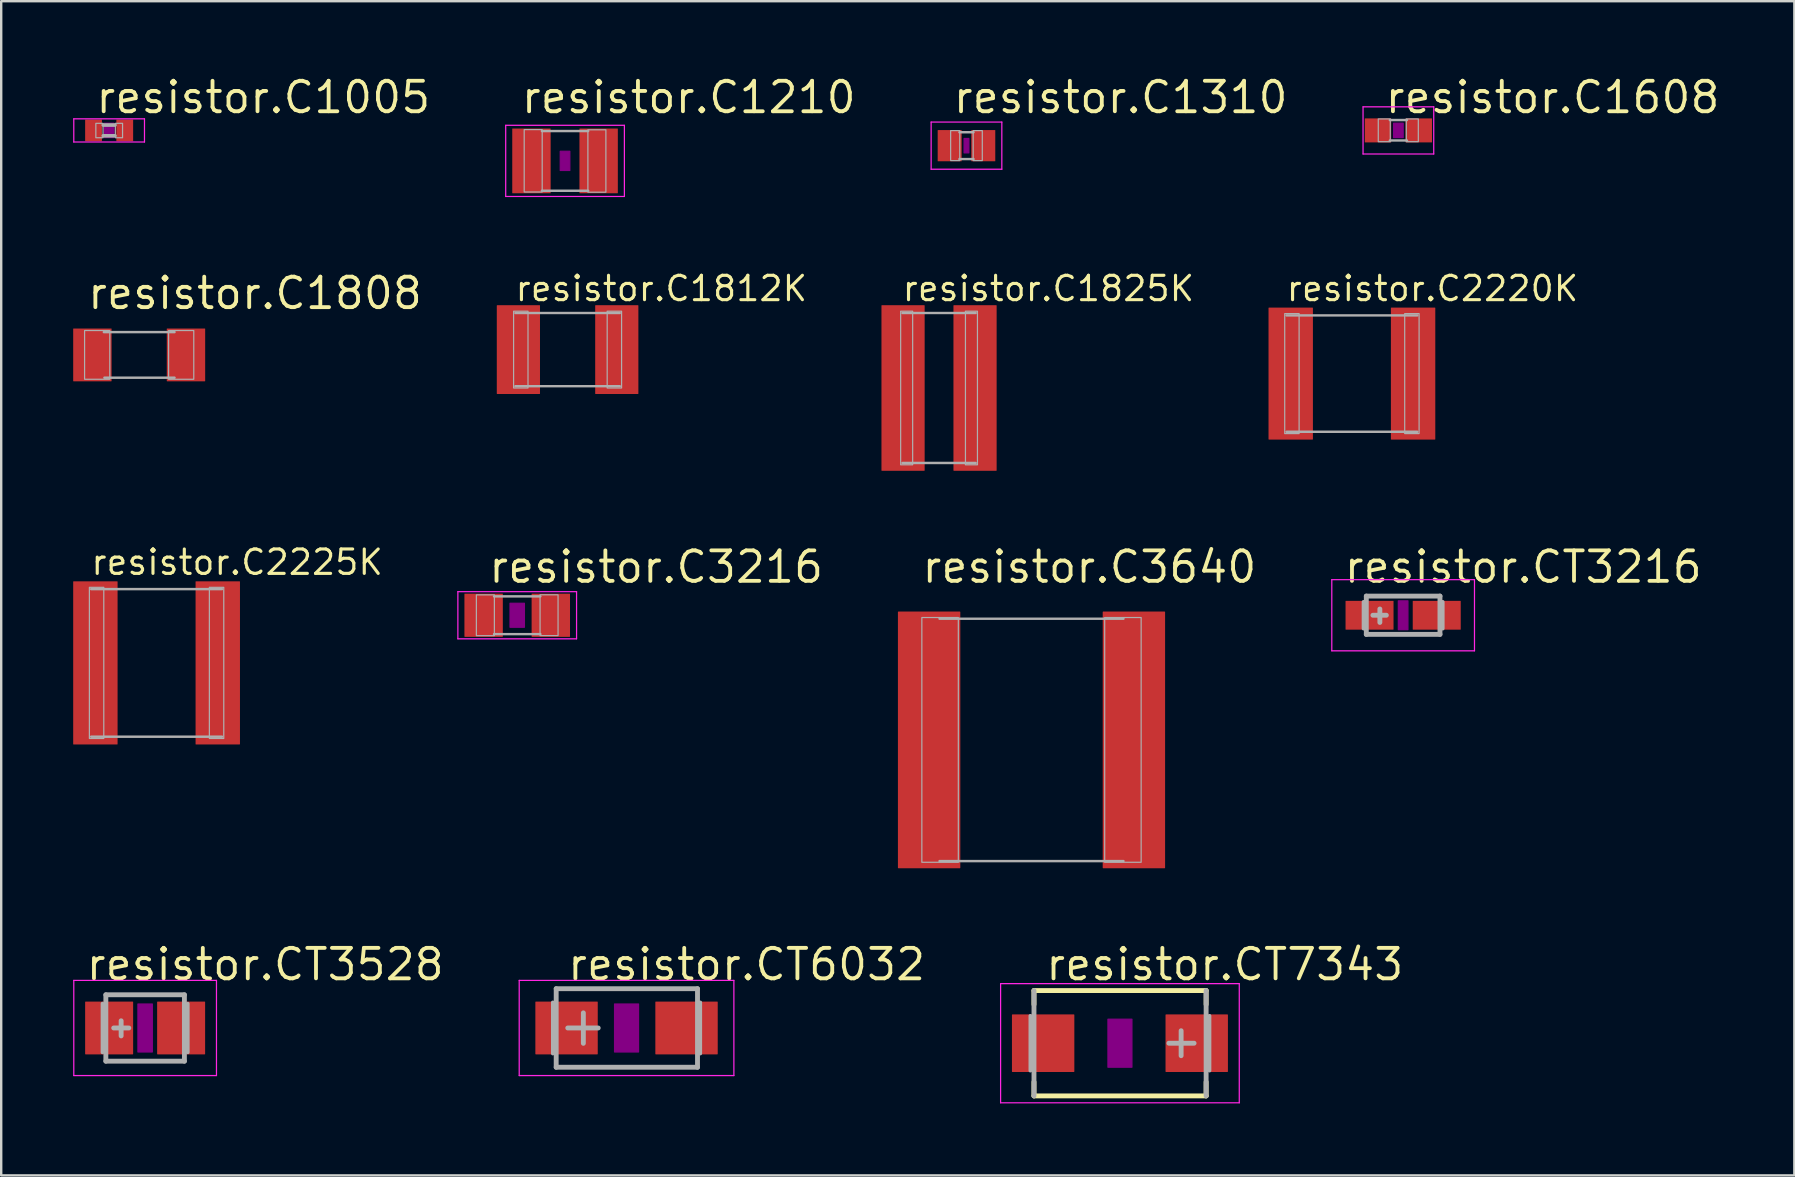
<source format=kicad_pcb>
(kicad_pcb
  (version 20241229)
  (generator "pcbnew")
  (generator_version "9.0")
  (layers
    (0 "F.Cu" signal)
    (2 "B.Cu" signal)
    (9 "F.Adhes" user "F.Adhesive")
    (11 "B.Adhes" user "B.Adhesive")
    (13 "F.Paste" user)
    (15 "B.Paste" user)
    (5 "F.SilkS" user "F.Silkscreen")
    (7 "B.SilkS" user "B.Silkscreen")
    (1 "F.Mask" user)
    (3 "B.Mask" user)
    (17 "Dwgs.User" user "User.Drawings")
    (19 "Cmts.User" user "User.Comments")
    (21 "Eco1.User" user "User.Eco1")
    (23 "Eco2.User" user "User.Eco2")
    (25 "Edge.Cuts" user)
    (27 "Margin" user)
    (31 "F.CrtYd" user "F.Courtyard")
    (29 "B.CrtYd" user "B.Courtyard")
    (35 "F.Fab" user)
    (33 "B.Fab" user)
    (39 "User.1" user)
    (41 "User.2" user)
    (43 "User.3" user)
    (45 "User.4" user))
  (footprint "resistor.CT3216"
    (layer "F.Cu")
    (at 55.423 22.589)
    (property "Reference" "resistor.CT3216" (at -2.54 -1.27 0) (layer "F.SilkS") (effects (font (size 1.27 1.27) (thickness 0.16)) (justify left bottom)))
    (attr smd)
    (fp_rect (start -0.2 0.6) (end 0.2 -0.6) (stroke (width 0.05) (type default)) (fill yes) (layer "F.Adhes"))
    (fp_line (start -2.973 -1.483) (end 2.973 -1.483) (stroke (width 0.051) (type default)) (layer "F.CrtYd"))
    (fp_line (start -2.973 1.483) (end -2.973 -1.483) (stroke (width 0.051) (type default)) (layer "F.CrtYd"))
    (fp_line (start 2.973 -1.483) (end 2.973 1.483) (stroke (width 0.051) (type default)) (layer "F.CrtYd"))
    (fp_line (start 2.973 1.483) (end -2.973 1.483) (stroke (width 0.051) (type default)) (layer "F.CrtYd"))
    (fp_line (start -1.651 -0.559) (end -1.651 0.559) (stroke (width 0.152) (type default)) (layer "F.Fab"))
    (fp_line (start -1.535 -0.798) (end -1.535 0.798) (stroke (width 0.203) (type default)) (layer "F.Fab"))
    (fp_line (start -1.535 0.798) (end 1.535 0.798) (stroke (width 0.203) (type default)) (layer "F.Fab"))
    (fp_line (start -0.97 -0.26) (end -0.97 0.3) (stroke (width 0.203) (type default)) (layer "F.Fab"))
    (fp_line (start -0.7 0) (end -1.26 0) (stroke (width 0.203) (type default)) (layer "F.Fab"))
    (fp_line (start 1.535 -0.798) (end -1.535 -0.798) (stroke (width 0.203) (type default)) (layer "F.Fab"))
    (fp_line (start 1.535 0.798) (end 1.535 -0.798) (stroke (width 0.203) (type default)) (layer "F.Fab"))
    (fp_line (start 1.651 -0.559) (end 1.651 0.559) (stroke (width 0.152) (type default)) (layer "F.Fab"))
    (pad "+" smd roundrect (at -1.4 0) (size 2 1.2) (layers "F.Cu" "F.Mask" "F.Paste") (roundrect_rratio 0.01))
    (pad "-" smd roundrect (at 1.4 0) (size 2 1.2) (layers "F.Cu" "F.Mask" "F.Paste") (roundrect_rratio 0.01)))
  (footprint "resistor.C2225K"
    (layer "F.Cu")
    (at 3.475 24.575)
    (property "Reference" "resistor.C2225K" (at -2.8 -3.6 0) (layer "F.SilkS") (effects (font (size 1.016 1.016) (thickness 0.13)) (justify left bottom)))
    (attr smd)
    (fp_line (start -2.725 -3.075) (end 2.725 -3.075) (stroke (width 0.102) (type default)) (layer "F.Fab"))
    (fp_line (start 2.725 3.075) (end -2.725 3.075) (stroke (width 0.102) (type default)) (layer "F.Fab"))
    (fp_rect (start -2.8 3.15) (end -2.2 -3.15) (stroke (width 0.05) (type default)) (fill no) (layer "F.Fab"))
    (fp_rect (start 2.2 3.15) (end 2.8 -3.15) (stroke (width 0.05) (type default)) (fill no) (layer "F.Fab"))
    (pad "1" smd roundrect (at -2.55 0) (size 1.85 6.8) (layers "F.Cu" "F.Mask" "F.Paste") (roundrect_rratio 0.01))
    (pad "2" smd roundrect (at 2.55 0) (size 1.85 6.8) (layers "F.Cu" "F.Mask" "F.Paste") (roundrect_rratio 0.01)))
  (footprint "resistor.C1608"
    (layer "F.Cu")
    (at 55.225 2.385)
    (property "Reference" "resistor.C1608" (at -0.635 -0.635 0) (layer "F.SilkS") (effects (font (size 1.27 1.27) (thickness 0.16)) (justify left bottom)))
    (attr smd)
    (fp_rect (start -0.2 0.3) (end 0.2 -0.3) (stroke (width 0.05) (type default)) (fill yes) (layer "F.Adhes"))
    (fp_line (start -1.473 -0.983) (end 1.473 -0.983) (stroke (width 0.051) (type default)) (layer "F.CrtYd"))
    (fp_line (start -1.473 0.983) (end -1.473 -0.983) (stroke (width 0.051) (type default)) (layer "F.CrtYd"))
    (fp_line (start 1.473 -0.983) (end 1.473 0.983) (stroke (width 0.051) (type default)) (layer "F.CrtYd"))
    (fp_line (start 1.473 0.983) (end -1.473 0.983) (stroke (width 0.051) (type default)) (layer "F.CrtYd"))
    (fp_line (start -0.356 -0.432) (end 0.356 -0.432) (stroke (width 0.102) (type default)) (layer "F.Fab"))
    (fp_line (start -0.356 0.419) (end 0.356 0.419) (stroke (width 0.102) (type default)) (layer "F.Fab"))
    (fp_rect (start -0.838 0.47) (end -0.338 -0.48) (stroke (width 0.05) (type default)) (fill no) (layer "F.Fab"))
    (fp_rect (start 0.33 0.47) (end 0.83 -0.48) (stroke (width 0.05) (type default)) (fill no) (layer "F.Fab"))
    (pad "1" smd roundrect (at -0.85 0) (size 1.1 1) (layers "F.Cu" "F.Mask" "F.Paste") (roundrect_rratio 0.01))
    (pad "2" smd roundrect (at 0.85 0) (size 1.1 1) (layers "F.Cu" "F.Mask" "F.Paste") (roundrect_rratio 0.01)))
  (footprint "resistor.C1812K"
    (layer "F.Cu")
    (at 20.603 11.519)
    (property "Reference" "resistor.C1812K" (at -2.25 -1.95 0) (layer "F.SilkS") (effects (font (size 1.016 1.016) (thickness 0.13)) (justify left bottom)))
    (attr smd)
    (fp_line (start -2.175 -1.525) (end 2.175 -1.525) (stroke (width 0.102) (type default)) (layer "F.Fab"))
    (fp_line (start 2.175 1.525) (end -2.175 1.525) (stroke (width 0.102) (type default)) (layer "F.Fab"))
    (fp_rect (start -2.25 1.6) (end -1.65 -1.6) (stroke (width 0.05) (type default)) (fill no) (layer "F.Fab"))
    (fp_rect (start 1.65 1.6) (end 2.25 -1.6) (stroke (width 0.05) (type default)) (fill no) (layer "F.Fab"))
    (pad "1" smd roundrect (at -2.05 0) (size 1.8 3.7) (layers "F.Cu" "F.Mask" "F.Paste") (roundrect_rratio 0.01))
    (pad "2" smd roundrect (at 2.05 0) (size 1.8 3.7) (layers "F.Cu" "F.Mask" "F.Paste") (roundrect_rratio 0.01)))
  (footprint "resistor.C1808"
    (layer "F.Cu")
    (at 2.75 11.74)
    (property "Reference" "resistor.C1808" (at -2.233 -1.827 0) (layer "F.SilkS") (effects (font (size 1.27 1.27) (thickness 0.16)) (justify left bottom)))
    (attr smd)
    (fp_line (start -1.473 -0.95) (end 1.473 -0.95) (stroke (width 0.102) (type default)) (layer "F.Fab"))
    (fp_line (start -1.448 0.95) (end 1.473 0.95) (stroke (width 0.102) (type default)) (layer "F.Fab"))
    (fp_rect (start -2.275 1.015) (end -1.225 -1.015) (stroke (width 0.05) (type default)) (fill no) (layer "F.Fab"))
    (fp_rect (start 1.225 1.015) (end 2.275 -1.015) (stroke (width 0.05) (type default)) (fill no) (layer "F.Fab"))
    (pad "1" smd roundrect (at -1.95 0) (size 1.6 2.2) (layers "F.Cu" "F.Mask" "F.Paste") (roundrect_rratio 0.01))
    (pad "2" smd roundrect (at 1.95 0) (size 1.6 2.2) (layers "F.Cu" "F.Mask" "F.Paste") (roundrect_rratio 0.01)))
  (footprint "resistor.C2220K"
    (layer "F.Cu")
    (at 53.288 12.519)
    (property "Reference" "resistor.C2220K" (at -2.8 -2.95 0) (layer "F.SilkS") (effects (font (size 1.016 1.016) (thickness 0.13)) (justify left bottom)))
    (attr smd)
    (fp_line (start -2.725 -2.425) (end 2.725 -2.425) (stroke (width 0.102) (type default)) (layer "F.Fab"))
    (fp_line (start 2.725 2.425) (end -2.725 2.425) (stroke (width 0.102) (type default)) (layer "F.Fab"))
    (fp_rect (start -2.8 2.5) (end -2.2 -2.5) (stroke (width 0.05) (type default)) (fill no) (layer "F.Fab"))
    (fp_rect (start 2.2 2.5) (end 2.8 -2.5) (stroke (width 0.05) (type default)) (fill no) (layer "F.Fab"))
    (pad "1" smd roundrect (at -2.55 0) (size 1.85 5.5) (layers "F.Cu" "F.Mask" "F.Paste") (roundrect_rratio 0.01))
    (pad "2" smd roundrect (at 2.55 0) (size 1.85 5.5) (layers "F.Cu" "F.Mask" "F.Paste") (roundrect_rratio 0.01)))
  (footprint "resistor.C3216"
    (layer "F.Cu")
    (at 18.504 22.589)
    (property "Reference" "resistor.C3216" (at -1.27 -1.27 0) (layer "F.SilkS") (effects (font (size 1.27 1.27) (thickness 0.16)) (justify left bottom)))
    (attr smd)
    (fp_rect (start -0.3 0.5) (end 0.3 -0.5) (stroke (width 0.05) (type default)) (fill yes) (layer "F.Adhes"))
    (fp_line (start -2.473 -0.983) (end 2.473 -0.983) (stroke (width 0.051) (type default)) (layer "F.CrtYd"))
    (fp_line (start -2.473 0.983) (end -2.473 -0.983) (stroke (width 0.051) (type default)) (layer "F.CrtYd"))
    (fp_line (start 2.473 -0.983) (end 2.473 0.983) (stroke (width 0.051) (type default)) (layer "F.CrtYd"))
    (fp_line (start 2.473 0.983) (end -2.473 0.983) (stroke (width 0.051) (type default)) (layer "F.CrtYd"))
    (fp_line (start -0.965 -0.787) (end 0.965 -0.787) (stroke (width 0.102) (type default)) (layer "F.Fab"))
    (fp_line (start -0.965 0.787) (end 0.965 0.787) (stroke (width 0.102) (type default)) (layer "F.Fab"))
    (fp_rect (start -1.702 0.851) (end -0.952 -0.849) (stroke (width 0.05) (type default)) (fill no) (layer "F.Fab"))
    (fp_rect (start 0.952 0.849) (end 1.702 -0.851) (stroke (width 0.05) (type default)) (fill no) (layer "F.Fab"))
    (pad "1" smd roundrect (at -1.4 0) (size 1.6 1.8) (layers "F.Cu" "F.Mask" "F.Paste") (roundrect_rratio 0.01))
    (pad "2" smd roundrect (at 1.4 0) (size 1.6 1.8) (layers "F.Cu" "F.Mask" "F.Paste") (roundrect_rratio 0.01)))
  (footprint "resistor.C1825K"
    (layer "F.Cu")
    (at 36.083 13.119)
    (property "Reference" "resistor.C1825K" (at -1.6 -3.55 0) (layer "F.SilkS") (effects (font (size 1.016 1.016) (thickness 0.13)) (justify left bottom)))
    (attr smd)
    (fp_line (start -1.525 -3.125) (end 1.525 -3.125) (stroke (width 0.102) (type default)) (layer "F.Fab"))
    (fp_line (start 1.525 3.125) (end -1.525 3.125) (stroke (width 0.102) (type default)) (layer "F.Fab"))
    (fp_rect (start -1.6 3.2) (end -1.1 -3.2) (stroke (width 0.05) (type default)) (fill no) (layer "F.Fab"))
    (fp_rect (start 1.1 3.2) (end 1.6 -3.2) (stroke (width 0.05) (type default)) (fill no) (layer "F.Fab"))
    (pad "1" smd roundrect (at -1.5 0) (size 1.8 6.9) (layers "F.Cu" "F.Mask" "F.Paste") (roundrect_rratio 0.01))
    (pad "2" smd roundrect (at 1.5 0) (size 1.8 6.9) (layers "F.Cu" "F.Mask" "F.Paste") (roundrect_rratio 0.01)))
  (footprint "resistor.C1005"
    (layer "F.Cu")
    (at 1.498 2.385)
    (property "Reference" "resistor.C1005" (at -0.635 -0.635 0) (layer "F.SilkS") (effects (font (size 1.27 1.27) (thickness 0.16)) (justify left bottom)))
    (attr smd)
    (fp_rect (start -0.2 0.3) (end 0.2 -0.3) (stroke (width 0.05) (type default)) (fill yes) (layer "F.Adhes"))
    (fp_line (start -1.473 -0.483) (end 1.473 -0.483) (stroke (width 0.051) (type default)) (layer "F.CrtYd"))
    (fp_line (start -1.473 0.483) (end -1.473 -0.483) (stroke (width 0.051) (type default)) (layer "F.CrtYd"))
    (fp_line (start 1.473 -0.483) (end 1.473 0.483) (stroke (width 0.051) (type default)) (layer "F.CrtYd"))
    (fp_line (start 1.473 0.483) (end -1.473 0.483) (stroke (width 0.051) (type default)) (layer "F.CrtYd"))
    (fp_line (start -0.245 -0.224) (end 0.245 -0.224) (stroke (width 0.152) (type default)) (layer "F.Fab"))
    (fp_line (start 0.245 0.224) (end -0.245 0.224) (stroke (width 0.152) (type default)) (layer "F.Fab"))
    (fp_rect (start -0.554 0.305) (end -0.254 -0.295) (stroke (width 0.05) (type default)) (fill no) (layer "F.Fab"))
    (fp_rect (start 0.259 0.305) (end 0.559 -0.295) (stroke (width 0.05) (type default)) (fill no) (layer "F.Fab"))
    (pad "1" smd roundrect (at -0.65 0) (size 0.7 0.9) (layers "F.Cu" "F.Mask" "F.Paste") (roundrect_rratio 0.01))
    (pad "2" smd roundrect (at 0.65 0) (size 0.7 0.9) (layers "F.Cu" "F.Mask" "F.Paste") (roundrect_rratio 0.01)))
  (footprint "resistor.CT3528"
    (layer "F.Cu")
    (at 2.998 39.789)
    (property "Reference" "resistor.CT3528" (at -2.54 -1.905 0) (layer "F.SilkS") (effects (font (size 1.27 1.27) (thickness 0.16)) (justify left bottom)))
    (attr smd)
    (fp_rect (start -0.3 1) (end 0.3 -1) (stroke (width 0.05) (type default)) (fill yes) (layer "F.Adhes"))
    (fp_line (start -2.973 -1.983) (end 2.973 -1.983) (stroke (width 0.051) (type default)) (layer "F.CrtYd"))
    (fp_line (start -2.973 1.983) (end -2.973 -1.983) (stroke (width 0.051) (type default)) (layer "F.CrtYd"))
    (fp_line (start 2.973 -1.983) (end 2.973 1.983) (stroke (width 0.051) (type default)) (layer "F.CrtYd"))
    (fp_line (start 2.973 1.983) (end -2.973 1.983) (stroke (width 0.051) (type default)) (layer "F.CrtYd"))
    (fp_line (start -1.778 -1.016) (end -1.778 1.016) (stroke (width 0.152) (type default)) (layer "F.Fab"))
    (fp_line (start -1.637 1.383) (end -1.637 -1.383) (stroke (width 0.203) (type default)) (layer "F.Fab"))
    (fp_line (start -1 -0.3) (end -1 0.33) (stroke (width 0.203) (type default)) (layer "F.Fab"))
    (fp_line (start -0.68 0) (end -1.31 0) (stroke (width 0.203) (type default)) (layer "F.Fab"))
    (fp_line (start 1.637 -1.383) (end -1.637 -1.383) (stroke (width 0.203) (type default)) (layer "F.Fab"))
    (fp_line (start 1.637 1.383) (end -1.637 1.383) (stroke (width 0.203) (type default)) (layer "F.Fab"))
    (fp_line (start 1.637 1.383) (end 1.637 -1.383) (stroke (width 0.203) (type default)) (layer "F.Fab"))
    (fp_line (start 1.778 -1.016) (end 1.778 1.016) (stroke (width 0.152) (type default)) (layer "F.Fab"))
    (pad "+" smd roundrect (at -1.5 0) (size 2 2.2) (layers "F.Cu" "F.Mask" "F.Paste") (roundrect_rratio 0.01))
    (pad "-" smd roundrect (at 1.5 0) (size 2 2.2) (layers "F.Cu" "F.Mask" "F.Paste") (roundrect_rratio 0.01)))
  (footprint "resistor.CT6032"
    (layer "F.Cu")
    (at 23.06 39.789)
    (property "Reference" "resistor.CT6032" (at -2.54 -1.905 0) (layer "F.SilkS") (effects (font (size 1.27 1.27) (thickness 0.16)) (justify left bottom)))
    (attr smd)
    (fp_rect (start -0.5 1) (end 0.5 -1) (stroke (width 0.05) (type default)) (fill yes) (layer "F.Adhes"))
    (fp_line (start -4.473 -1.983) (end 4.473 -1.983) (stroke (width 0.051) (type default)) (layer "F.CrtYd"))
    (fp_line (start -4.473 1.983) (end -4.473 -1.983) (stroke (width 0.051) (type default)) (layer "F.CrtYd"))
    (fp_line (start 4.473 -1.983) (end 4.473 1.983) (stroke (width 0.051) (type default)) (layer "F.CrtYd"))
    (fp_line (start 4.473 1.983) (end -4.473 1.983) (stroke (width 0.051) (type default)) (layer "F.CrtYd"))
    (fp_line (start -3.073 -1.067) (end -3.073 1.067) (stroke (width 0.152) (type default)) (layer "F.Fab"))
    (fp_line (start -2.932 1.637) (end -2.932 -1.637) (stroke (width 0.203) (type default)) (layer "F.Fab"))
    (fp_line (start -1.8 -0.63) (end -1.8 0.64) (stroke (width 0.203) (type default)) (layer "F.Fab"))
    (fp_line (start -1.18 0) (end -2.45 0) (stroke (width 0.203) (type default)) (layer "F.Fab"))
    (fp_line (start 2.957 -1.637) (end -2.932 -1.637) (stroke (width 0.203) (type default)) (layer "F.Fab"))
    (fp_line (start 2.957 1.637) (end -2.932 1.637) (stroke (width 0.203) (type default)) (layer "F.Fab"))
    (fp_line (start 2.957 1.637) (end 2.957 -1.637) (stroke (width 0.203) (type default)) (layer "F.Fab"))
    (fp_line (start 3.073 -1.067) (end 3.073 1.067) (stroke (width 0.152) (type default)) (layer "F.Fab"))
    (pad "+" smd roundrect (at -2.5 0) (size 2.6 2.2) (layers "F.Cu" "F.Mask" "F.Paste") (roundrect_rratio 0.01))
    (pad "-" smd roundrect (at 2.5 0) (size 2.6 2.2) (layers "F.Cu" "F.Mask" "F.Paste") (roundrect_rratio 0.01)))
  (footprint "resistor.C3640"
    (layer "F.Cu")
    (at 39.936 27.784)
    (property "Reference" "resistor.C3640" (at -4.647 -6.465 0) (layer "F.SilkS") (effects (font (size 1.27 1.27) (thickness 0.16)) (justify left bottom)))
    (attr smd)
    (fp_line (start -3.832 -5.05) (end 3.832 -5.05) (stroke (width 0.102) (type default)) (layer "F.Fab"))
    (fp_line (start -3.832 5.05) (end 3.832 5.05) (stroke (width 0.102) (type default)) (layer "F.Fab"))
    (fp_rect (start -4.57 5.1) (end -3.05 -5.1) (stroke (width 0.05) (type default)) (fill no) (layer "F.Fab"))
    (fp_rect (start 3.05 5.1) (end 4.569 -5.1) (stroke (width 0.05) (type default)) (fill no) (layer "F.Fab"))
    (pad "1" smd roundrect (at -4.267 0) (size 2.6 10.7) (layers "F.Cu" "F.Mask" "F.Paste") (roundrect_rratio 0.01))
    (pad "2" smd roundrect (at 4.267 0) (size 2.6 10.7) (layers "F.Cu" "F.Mask" "F.Paste") (roundrect_rratio 0.01)))
  (footprint "resistor.C1210"
    (layer "F.Cu")
    (at 20.497 3.655)
    (property "Reference" "resistor.C1210" (at -1.905 -1.905 0) (layer "F.SilkS") (effects (font (size 1.27 1.27) (thickness 0.16)) (justify left bottom)))
    (attr smd)
    (fp_rect (start -0.2 0.4) (end 0.2 -0.4) (stroke (width 0.05) (type default)) (fill yes) (layer "F.Adhes"))
    (fp_line (start -2.473 -1.483) (end 2.473 -1.483) (stroke (width 0.051) (type default)) (layer "F.CrtYd"))
    (fp_line (start -2.473 1.483) (end -2.473 -1.483) (stroke (width 0.051) (type default)) (layer "F.CrtYd"))
    (fp_line (start 2.473 -1.483) (end 2.473 1.483) (stroke (width 0.051) (type default)) (layer "F.CrtYd"))
    (fp_line (start 2.473 1.483) (end -2.473 1.483) (stroke (width 0.051) (type default)) (layer "F.CrtYd"))
    (fp_line (start -0.965 -1.245) (end 0.965 -1.245) (stroke (width 0.102) (type default)) (layer "F.Fab"))
    (fp_line (start -0.965 1.245) (end 0.965 1.245) (stroke (width 0.102) (type default)) (layer "F.Fab"))
    (fp_rect (start -1.702 1.295) (end -0.952 -1.304) (stroke (width 0.05) (type default)) (fill no) (layer "F.Fab"))
    (fp_rect (start 0.952 1.304) (end 1.702 -1.295) (stroke (width 0.05) (type default)) (fill no) (layer "F.Fab"))
    (pad "1" smd roundrect (at -1.4 0) (size 1.6 2.7) (layers "F.Cu" "F.Mask" "F.Paste") (roundrect_rratio 0.01))
    (pad "2" smd roundrect (at 1.4 0) (size 1.6 2.7) (layers "F.Cu" "F.Mask" "F.Paste") (roundrect_rratio 0.01)))
  (footprint "resistor.C1310"
    (layer "F.Cu")
    (at 37.226 3.02)
    (property "Reference" "resistor.C1310" (at -0.635 -1.27 0) (layer "F.SilkS") (effects (font (size 1.27 1.27) (thickness 0.16)) (justify left bottom)))
    (attr smd)
    (fp_rect (start -0.1 0.3) (end 0.1 -0.3) (stroke (width 0.05) (type default)) (fill yes) (layer "F.Adhes"))
    (fp_line (start -1.473 -0.983) (end 1.473 -0.983) (stroke (width 0.051) (type default)) (layer "F.CrtYd"))
    (fp_line (start -1.473 0.983) (end -1.473 -0.983) (stroke (width 0.051) (type default)) (layer "F.CrtYd"))
    (fp_line (start 1.473 -0.983) (end 1.473 0.983) (stroke (width 0.051) (type default)) (layer "F.CrtYd"))
    (fp_line (start 1.473 0.983) (end -1.473 0.983) (stroke (width 0.051) (type default)) (layer "F.CrtYd"))
    (fp_line (start -0.294 -0.559) (end 0.294 -0.559) (stroke (width 0.102) (type default)) (layer "F.Fab"))
    (fp_line (start -0.294 0.559) (end 0.294 0.559) (stroke (width 0.102) (type default)) (layer "F.Fab"))
    (fp_rect (start -0.66 0.622) (end -0.28 -0.628) (stroke (width 0.05) (type default)) (fill no) (layer "F.Fab"))
    (fp_rect (start 0.279 0.622) (end 0.659 -0.628) (stroke (width 0.05) (type default)) (fill no) (layer "F.Fab"))
    (pad "1" smd roundrect (at -0.7 0) (size 1 1.3) (layers "F.Cu" "F.Mask" "F.Paste") (roundrect_rratio 0.01))
    (pad "2" smd roundrect (at 0.7 0) (size 1 1.3) (layers "F.Cu" "F.Mask" "F.Paste") (roundrect_rratio 0.01)))
  (footprint "resistor.CT7343"
    (layer "F.Cu")
    (at 43.621 40.424)
    (property "Reference" "resistor.CT7343" (at -3.175 -2.54 0) (layer "F.SilkS") (effects (font (size 1.27 1.27) (thickness 0.16)) (justify left bottom)))
    (attr smd)
    (fp_line (start -3.582 -2.195) (end -3.582 -1.615) (stroke (width 0.203) (type default)) (layer "F.SilkS"))
    (fp_line (start -3.582 -2.195) (end 3.592 -2.195) (stroke (width 0.203) (type default)) (layer "F.SilkS"))
    (fp_line (start -3.582 1.615) (end -3.582 2.195) (stroke (width 0.203) (type default)) (layer "F.SilkS"))
    (fp_line (start -3.582 2.195) (end 3.592 2.195) (stroke (width 0.203) (type default)) (layer "F.SilkS"))
    (fp_line (start 3.592 -2.195) (end 3.592 -1.615) (stroke (width 0.203) (type default)) (layer "F.SilkS"))
    (fp_line (start 3.592 1.615) (end 3.592 2.195) (stroke (width 0.203) (type default)) (layer "F.SilkS"))
    (fp_rect (start -0.5 1) (end 0.5 -1) (stroke (width 0.05) (type default)) (fill yes) (layer "F.Adhes"))
    (fp_line (start -4.973 -2.483) (end 4.973 -2.483) (stroke (width 0.051) (type default)) (layer "F.CrtYd"))
    (fp_line (start -4.973 2.483) (end -4.973 -2.483) (stroke (width 0.051) (type default)) (layer "F.CrtYd"))
    (fp_line (start 4.973 -2.483) (end 4.973 2.483) (stroke (width 0.051) (type default)) (layer "F.CrtYd"))
    (fp_line (start 4.973 2.483) (end -4.973 2.483) (stroke (width 0.051) (type default)) (layer "F.CrtYd"))
    (fp_line (start -3.734 1.143) (end -3.734 -1.143) (stroke (width 0.152) (type default)) (layer "F.Fab"))
    (fp_line (start -3.582 -2.195) (end -3.582 2.195) (stroke (width 0.203) (type default)) (layer "F.Fab"))
    (fp_line (start 2.04 0) (end 3.09 0) (stroke (width 0.203) (type default)) (layer "F.Fab"))
    (fp_line (start 2.55 0.52) (end 2.55 -0.52) (stroke (width 0.203) (type default)) (layer "F.Fab"))
    (fp_line (start 3.592 -2.195) (end 3.592 2.195) (stroke (width 0.203) (type default)) (layer "F.Fab"))
    (fp_line (start 3.734 1.143) (end 3.734 -1.143) (stroke (width 0.152) (type default)) (layer "F.Fab"))
    (pad "+" smd roundrect (at 3.2 0) (size 2.6 2.4) (layers "F.Cu" "F.Mask" "F.Paste") (roundrect_rratio 0.01))
    (pad "-" smd roundrect (at -3.2 0) (size 2.6 2.4) (layers "F.Cu" "F.Mask" "F.Paste") (roundrect_rratio 0.01)))
  (gr_rect
    (start -3 -3)
    (end 71.726 45.933)
    (stroke (width 0.1) (type default))
    (fill no)
    (layer "Edge.Cuts")))
</source>
